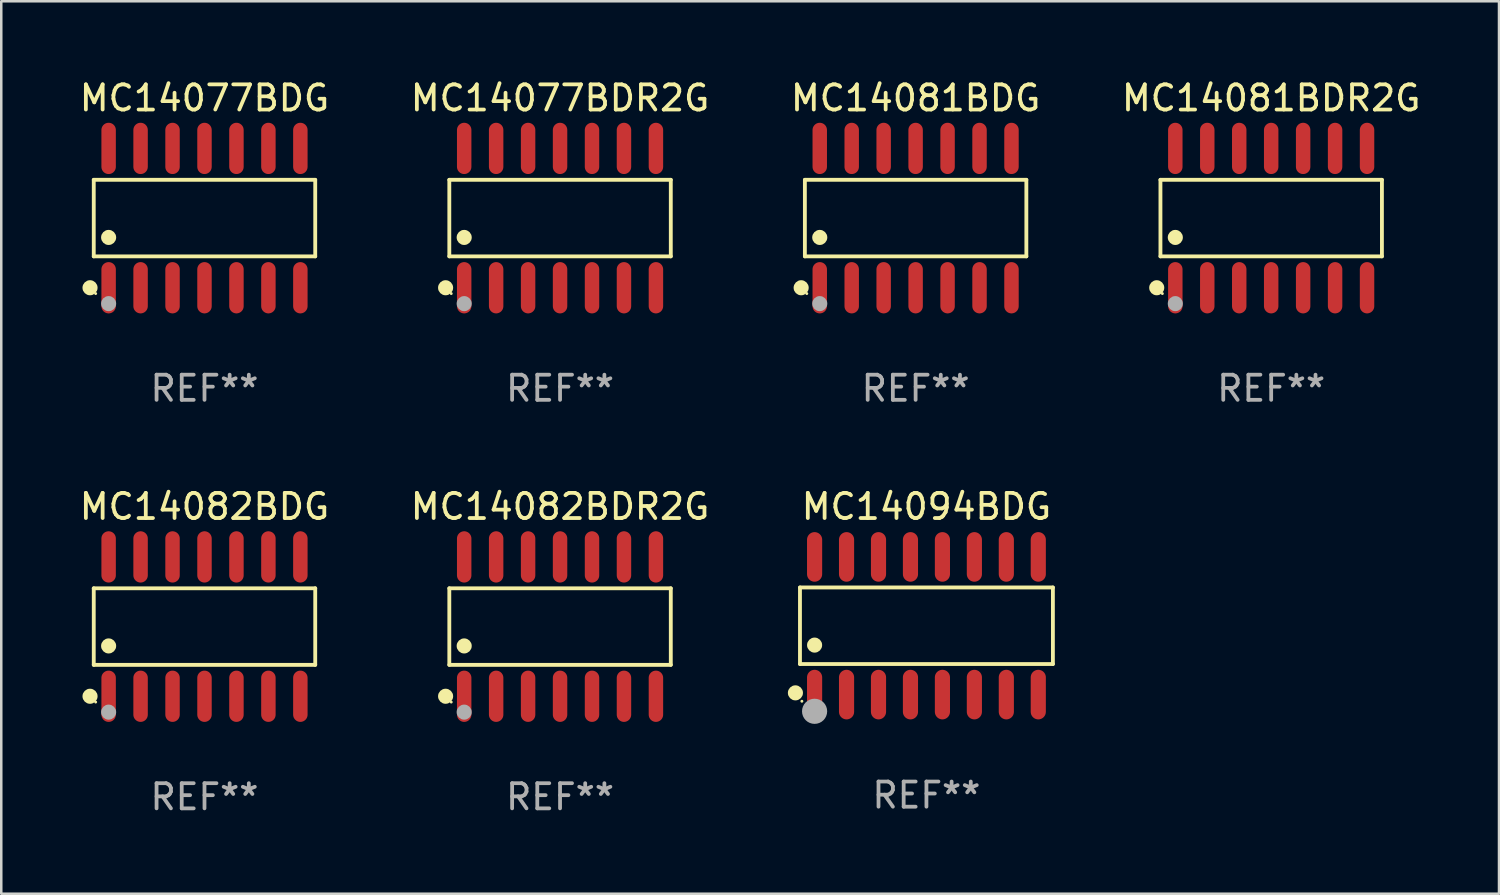
<source format=kicad_pcb>
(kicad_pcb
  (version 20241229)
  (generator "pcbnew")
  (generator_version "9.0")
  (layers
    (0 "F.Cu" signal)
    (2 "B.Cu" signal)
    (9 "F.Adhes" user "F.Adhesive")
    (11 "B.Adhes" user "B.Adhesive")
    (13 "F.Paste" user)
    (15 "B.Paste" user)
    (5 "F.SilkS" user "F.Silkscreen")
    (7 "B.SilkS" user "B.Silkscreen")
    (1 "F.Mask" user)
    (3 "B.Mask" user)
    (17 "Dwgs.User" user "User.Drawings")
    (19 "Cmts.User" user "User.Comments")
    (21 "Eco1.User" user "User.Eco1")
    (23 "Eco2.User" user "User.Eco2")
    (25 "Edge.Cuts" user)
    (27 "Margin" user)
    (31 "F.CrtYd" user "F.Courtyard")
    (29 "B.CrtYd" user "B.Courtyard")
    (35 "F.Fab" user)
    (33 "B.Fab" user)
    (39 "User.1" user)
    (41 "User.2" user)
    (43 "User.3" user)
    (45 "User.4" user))
  (footprint "MC14082BDG"
    (layer "F.Cu")
    (at 5.077 21.852)
    (property "Reference" "MC14082BDG" (at 0 -4.769 0) (layer "F.SilkS") (effects (font (size 1 1) (thickness 0.15))))
    (attr through_hole)
    (fp_line (start -4.401 -1.521) (end 4.401 -1.521) (stroke (width 0.152) (type solid)) (layer "F.SilkS"))
    (fp_line (start -4.401 1.521) (end -4.401 -1.521) (stroke (width 0.152) (type solid)) (layer "F.SilkS"))
    (fp_line (start 4.401 -1.521) (end 4.401 1.521) (stroke (width 0.152) (type solid)) (layer "F.SilkS"))
    (fp_line (start 4.401 1.521) (end -4.401 1.521) (stroke (width 0.152) (type solid)) (layer "F.SilkS"))
    (fp_circle (center -4.549 2.769) (end -4.399 2.769) (stroke (width 0.3) (type solid)) (fill no) (layer "F.SilkS"))
    (fp_circle (center -4.325 3) (end -4.295 3) (stroke (width 0.06) (type solid)) (fill no) (layer "F.SilkS"))
    (fp_circle (center -3.81 0.769) (end -3.66 0.769) (stroke (width 0.3) (type solid)) (fill no) (layer "F.SilkS"))
    (fp_circle (center -3.81 3.4) (end -3.66 3.4) (stroke (width 0.3) (type solid)) (fill no) (layer "F.Fab"))
    (fp_text user "REF**" (at 0 6.769 0) (layer "F.Fab") (effects (font (size 1 1) (thickness 0.15))))
    (pad "1" smd oval (at -3.81 2.769) (size 0.574 2.038) (layers "F.Cu" "F.Mask" "F.Paste"))
    (pad "2" smd oval (at -2.54 2.769) (size 0.574 2.038) (layers "F.Cu" "F.Mask" "F.Paste"))
    (pad "3" smd oval (at -1.27 2.769) (size 0.574 2.038) (layers "F.Cu" "F.Mask" "F.Paste"))
    (pad "4" smd oval (at 0 2.769) (size 0.574 2.038) (layers "F.Cu" "F.Mask" "F.Paste"))
    (pad "5" smd oval (at 1.27 2.769) (size 0.574 2.038) (layers "F.Cu" "F.Mask" "F.Paste"))
    (pad "6" smd oval (at 2.54 2.769) (size 0.574 2.038) (layers "F.Cu" "F.Mask" "F.Paste"))
    (pad "7" smd oval (at 3.81 2.769) (size 0.574 2.038) (layers "F.Cu" "F.Mask" "F.Paste"))
    (pad "8" smd oval (at 3.81 -2.769) (size 0.574 2.038) (layers "F.Cu" "F.Mask" "F.Paste"))
    (pad "9" smd oval (at 2.54 -2.769) (size 0.574 2.038) (layers "F.Cu" "F.Mask" "F.Paste"))
    (pad "10" smd oval (at 1.27 -2.769) (size 0.574 2.038) (layers "F.Cu" "F.Mask" "F.Paste"))
    (pad "11" smd oval (at 0 -2.769) (size 0.574 2.038) (layers "F.Cu" "F.Mask" "F.Paste"))
    (pad "12" smd oval (at -1.27 -2.769) (size 0.574 2.038) (layers "F.Cu" "F.Mask" "F.Paste"))
    (pad "13" smd oval (at -2.54 -2.769) (size 0.574 2.038) (layers "F.Cu" "F.Mask" "F.Paste"))
    (pad "14" smd oval (at -3.81 -2.769) (size 0.574 2.038) (layers "F.Cu" "F.Mask" "F.Paste")))
  (footprint "MC14081BDG"
    (layer "F.Cu")
    (at 33.339 5.617)
    (property "Reference" "MC14081BDG" (at 0 -4.769 0) (layer "F.SilkS") (effects (font (size 1 1) (thickness 0.15))))
    (attr through_hole)
    (fp_line (start -4.401 -1.521) (end 4.401 -1.521) (stroke (width 0.152) (type solid)) (layer "F.SilkS"))
    (fp_line (start -4.401 1.521) (end -4.401 -1.521) (stroke (width 0.152) (type solid)) (layer "F.SilkS"))
    (fp_line (start 4.401 -1.521) (end 4.401 1.521) (stroke (width 0.152) (type solid)) (layer "F.SilkS"))
    (fp_line (start 4.401 1.521) (end -4.401 1.521) (stroke (width 0.152) (type solid)) (layer "F.SilkS"))
    (fp_circle (center -4.549 2.769) (end -4.399 2.769) (stroke (width 0.3) (type solid)) (fill no) (layer "F.SilkS"))
    (fp_circle (center -4.325 3) (end -4.295 3) (stroke (width 0.06) (type solid)) (fill no) (layer "F.SilkS"))
    (fp_circle (center -3.81 0.769) (end -3.66 0.769) (stroke (width 0.3) (type solid)) (fill no) (layer "F.SilkS"))
    (fp_circle (center -3.81 3.4) (end -3.66 3.4) (stroke (width 0.3) (type solid)) (fill no) (layer "F.Fab"))
    (fp_text user "REF**" (at 0 6.769 0) (layer "F.Fab") (effects (font (size 1 1) (thickness 0.15))))
    (pad "1" smd oval (at -3.81 2.769) (size 0.574 2.038) (layers "F.Cu" "F.Mask" "F.Paste"))
    (pad "2" smd oval (at -2.54 2.769) (size 0.574 2.038) (layers "F.Cu" "F.Mask" "F.Paste"))
    (pad "3" smd oval (at -1.27 2.769) (size 0.574 2.038) (layers "F.Cu" "F.Mask" "F.Paste"))
    (pad "4" smd oval (at 0 2.769) (size 0.574 2.038) (layers "F.Cu" "F.Mask" "F.Paste"))
    (pad "5" smd oval (at 1.27 2.769) (size 0.574 2.038) (layers "F.Cu" "F.Mask" "F.Paste"))
    (pad "6" smd oval (at 2.54 2.769) (size 0.574 2.038) (layers "F.Cu" "F.Mask" "F.Paste"))
    (pad "7" smd oval (at 3.81 2.769) (size 0.574 2.038) (layers "F.Cu" "F.Mask" "F.Paste"))
    (pad "8" smd oval (at 3.81 -2.769) (size 0.574 2.038) (layers "F.Cu" "F.Mask" "F.Paste"))
    (pad "9" smd oval (at 2.54 -2.769) (size 0.574 2.038) (layers "F.Cu" "F.Mask" "F.Paste"))
    (pad "10" smd oval (at 1.27 -2.769) (size 0.574 2.038) (layers "F.Cu" "F.Mask" "F.Paste"))
    (pad "11" smd oval (at 0 -2.769) (size 0.574 2.038) (layers "F.Cu" "F.Mask" "F.Paste"))
    (pad "12" smd oval (at -1.27 -2.769) (size 0.574 2.038) (layers "F.Cu" "F.Mask" "F.Paste"))
    (pad "13" smd oval (at -2.54 -2.769) (size 0.574 2.038) (layers "F.Cu" "F.Mask" "F.Paste"))
    (pad "14" smd oval (at -3.81 -2.769) (size 0.574 2.038) (layers "F.Cu" "F.Mask" "F.Paste")))
  (footprint "MC14077BDR2G"
    (layer "F.Cu")
    (at 19.208 5.617)
    (property "Reference" "MC14077BDR2G" (at 0 -4.769 0) (layer "F.SilkS") (effects (font (size 1 1) (thickness 0.15))))
    (attr through_hole)
    (fp_line (start -4.401 -1.521) (end 4.401 -1.521) (stroke (width 0.152) (type solid)) (layer "F.SilkS"))
    (fp_line (start -4.401 1.521) (end -4.401 -1.521) (stroke (width 0.152) (type solid)) (layer "F.SilkS"))
    (fp_line (start 4.401 -1.521) (end 4.401 1.521) (stroke (width 0.152) (type solid)) (layer "F.SilkS"))
    (fp_line (start 4.401 1.521) (end -4.401 1.521) (stroke (width 0.152) (type solid)) (layer "F.SilkS"))
    (fp_circle (center -4.549 2.769) (end -4.399 2.769) (stroke (width 0.3) (type solid)) (fill no) (layer "F.SilkS"))
    (fp_circle (center -4.325 3) (end -4.295 3) (stroke (width 0.06) (type solid)) (fill no) (layer "F.SilkS"))
    (fp_circle (center -3.81 0.769) (end -3.66 0.769) (stroke (width 0.3) (type solid)) (fill no) (layer "F.SilkS"))
    (fp_circle (center -3.81 3.4) (end -3.66 3.4) (stroke (width 0.3) (type solid)) (fill no) (layer "F.Fab"))
    (fp_text user "REF**" (at 0 6.769 0) (layer "F.Fab") (effects (font (size 1 1) (thickness 0.15))))
    (pad "1" smd oval (at -3.81 2.769) (size 0.574 2.038) (layers "F.Cu" "F.Mask" "F.Paste"))
    (pad "2" smd oval (at -2.54 2.769) (size 0.574 2.038) (layers "F.Cu" "F.Mask" "F.Paste"))
    (pad "3" smd oval (at -1.27 2.769) (size 0.574 2.038) (layers "F.Cu" "F.Mask" "F.Paste"))
    (pad "4" smd oval (at 0 2.769) (size 0.574 2.038) (layers "F.Cu" "F.Mask" "F.Paste"))
    (pad "5" smd oval (at 1.27 2.769) (size 0.574 2.038) (layers "F.Cu" "F.Mask" "F.Paste"))
    (pad "6" smd oval (at 2.54 2.769) (size 0.574 2.038) (layers "F.Cu" "F.Mask" "F.Paste"))
    (pad "7" smd oval (at 3.81 2.769) (size 0.574 2.038) (layers "F.Cu" "F.Mask" "F.Paste"))
    (pad "8" smd oval (at 3.81 -2.769) (size 0.574 2.038) (layers "F.Cu" "F.Mask" "F.Paste"))
    (pad "9" smd oval (at 2.54 -2.769) (size 0.574 2.038) (layers "F.Cu" "F.Mask" "F.Paste"))
    (pad "10" smd oval (at 1.27 -2.769) (size 0.574 2.038) (layers "F.Cu" "F.Mask" "F.Paste"))
    (pad "11" smd oval (at 0 -2.769) (size 0.574 2.038) (layers "F.Cu" "F.Mask" "F.Paste"))
    (pad "12" smd oval (at -1.27 -2.769) (size 0.574 2.038) (layers "F.Cu" "F.Mask" "F.Paste"))
    (pad "13" smd oval (at -2.54 -2.769) (size 0.574 2.038) (layers "F.Cu" "F.Mask" "F.Paste"))
    (pad "14" smd oval (at -3.81 -2.769) (size 0.574 2.038) (layers "F.Cu" "F.Mask" "F.Paste")))
  (footprint "MC14082BDR2G"
    (layer "F.Cu")
    (at 19.208 21.852)
    (property "Reference" "MC14082BDR2G" (at 0 -4.769 0) (layer "F.SilkS") (effects (font (size 1 1) (thickness 0.15))))
    (attr through_hole)
    (fp_line (start -4.401 -1.521) (end 4.401 -1.521) (stroke (width 0.152) (type solid)) (layer "F.SilkS"))
    (fp_line (start -4.401 1.521) (end -4.401 -1.521) (stroke (width 0.152) (type solid)) (layer "F.SilkS"))
    (fp_line (start 4.401 -1.521) (end 4.401 1.521) (stroke (width 0.152) (type solid)) (layer "F.SilkS"))
    (fp_line (start 4.401 1.521) (end -4.401 1.521) (stroke (width 0.152) (type solid)) (layer "F.SilkS"))
    (fp_circle (center -4.549 2.769) (end -4.399 2.769) (stroke (width 0.3) (type solid)) (fill no) (layer "F.SilkS"))
    (fp_circle (center -4.325 3) (end -4.295 3) (stroke (width 0.06) (type solid)) (fill no) (layer "F.SilkS"))
    (fp_circle (center -3.81 0.769) (end -3.66 0.769) (stroke (width 0.3) (type solid)) (fill no) (layer "F.SilkS"))
    (fp_circle (center -3.81 3.4) (end -3.66 3.4) (stroke (width 0.3) (type solid)) (fill no) (layer "F.Fab"))
    (fp_text user "REF**" (at 0 6.769 0) (layer "F.Fab") (effects (font (size 1 1) (thickness 0.15))))
    (pad "1" smd oval (at -3.81 2.769) (size 0.574 2.038) (layers "F.Cu" "F.Mask" "F.Paste"))
    (pad "2" smd oval (at -2.54 2.769) (size 0.574 2.038) (layers "F.Cu" "F.Mask" "F.Paste"))
    (pad "3" smd oval (at -1.27 2.769) (size 0.574 2.038) (layers "F.Cu" "F.Mask" "F.Paste"))
    (pad "4" smd oval (at 0 2.769) (size 0.574 2.038) (layers "F.Cu" "F.Mask" "F.Paste"))
    (pad "5" smd oval (at 1.27 2.769) (size 0.574 2.038) (layers "F.Cu" "F.Mask" "F.Paste"))
    (pad "6" smd oval (at 2.54 2.769) (size 0.574 2.038) (layers "F.Cu" "F.Mask" "F.Paste"))
    (pad "7" smd oval (at 3.81 2.769) (size 0.574 2.038) (layers "F.Cu" "F.Mask" "F.Paste"))
    (pad "8" smd oval (at 3.81 -2.769) (size 0.574 2.038) (layers "F.Cu" "F.Mask" "F.Paste"))
    (pad "9" smd oval (at 2.54 -2.769) (size 0.574 2.038) (layers "F.Cu" "F.Mask" "F.Paste"))
    (pad "10" smd oval (at 1.27 -2.769) (size 0.574 2.038) (layers "F.Cu" "F.Mask" "F.Paste"))
    (pad "11" smd oval (at 0 -2.769) (size 0.574 2.038) (layers "F.Cu" "F.Mask" "F.Paste"))
    (pad "12" smd oval (at -1.27 -2.769) (size 0.574 2.038) (layers "F.Cu" "F.Mask" "F.Paste"))
    (pad "13" smd oval (at -2.54 -2.769) (size 0.574 2.038) (layers "F.Cu" "F.Mask" "F.Paste"))
    (pad "14" smd oval (at -3.81 -2.769) (size 0.574 2.038) (layers "F.Cu" "F.Mask" "F.Paste")))
  (footprint "MC14081BDR2G"
    (layer "F.Cu")
    (at 47.47 5.617)
    (property "Reference" "MC14081BDR2G" (at 0 -4.769 0) (layer "F.SilkS") (effects (font (size 1 1) (thickness 0.15))))
    (attr through_hole)
    (fp_line (start -4.401 -1.521) (end 4.401 -1.521) (stroke (width 0.152) (type solid)) (layer "F.SilkS"))
    (fp_line (start -4.401 1.521) (end -4.401 -1.521) (stroke (width 0.152) (type solid)) (layer "F.SilkS"))
    (fp_line (start 4.401 -1.521) (end 4.401 1.521) (stroke (width 0.152) (type solid)) (layer "F.SilkS"))
    (fp_line (start 4.401 1.521) (end -4.401 1.521) (stroke (width 0.152) (type solid)) (layer "F.SilkS"))
    (fp_circle (center -4.549 2.769) (end -4.399 2.769) (stroke (width 0.3) (type solid)) (fill no) (layer "F.SilkS"))
    (fp_circle (center -4.325 3) (end -4.295 3) (stroke (width 0.06) (type solid)) (fill no) (layer "F.SilkS"))
    (fp_circle (center -3.81 0.769) (end -3.66 0.769) (stroke (width 0.3) (type solid)) (fill no) (layer "F.SilkS"))
    (fp_circle (center -3.81 3.4) (end -3.66 3.4) (stroke (width 0.3) (type solid)) (fill no) (layer "F.Fab"))
    (fp_text user "REF**" (at 0 6.769 0) (layer "F.Fab") (effects (font (size 1 1) (thickness 0.15))))
    (pad "1" smd oval (at -3.81 2.769) (size 0.574 2.038) (layers "F.Cu" "F.Mask" "F.Paste"))
    (pad "2" smd oval (at -2.54 2.769) (size 0.574 2.038) (layers "F.Cu" "F.Mask" "F.Paste"))
    (pad "3" smd oval (at -1.27 2.769) (size 0.574 2.038) (layers "F.Cu" "F.Mask" "F.Paste"))
    (pad "4" smd oval (at 0 2.769) (size 0.574 2.038) (layers "F.Cu" "F.Mask" "F.Paste"))
    (pad "5" smd oval (at 1.27 2.769) (size 0.574 2.038) (layers "F.Cu" "F.Mask" "F.Paste"))
    (pad "6" smd oval (at 2.54 2.769) (size 0.574 2.038) (layers "F.Cu" "F.Mask" "F.Paste"))
    (pad "7" smd oval (at 3.81 2.769) (size 0.574 2.038) (layers "F.Cu" "F.Mask" "F.Paste"))
    (pad "8" smd oval (at 3.81 -2.769) (size 0.574 2.038) (layers "F.Cu" "F.Mask" "F.Paste"))
    (pad "9" smd oval (at 2.54 -2.769) (size 0.574 2.038) (layers "F.Cu" "F.Mask" "F.Paste"))
    (pad "10" smd oval (at 1.27 -2.769) (size 0.574 2.038) (layers "F.Cu" "F.Mask" "F.Paste"))
    (pad "11" smd oval (at 0 -2.769) (size 0.574 2.038) (layers "F.Cu" "F.Mask" "F.Paste"))
    (pad "12" smd oval (at -1.27 -2.769) (size 0.574 2.038) (layers "F.Cu" "F.Mask" "F.Paste"))
    (pad "13" smd oval (at -2.54 -2.769) (size 0.574 2.038) (layers "F.Cu" "F.Mask" "F.Paste"))
    (pad "14" smd oval (at -3.81 -2.769) (size 0.574 2.038) (layers "F.Cu" "F.Mask" "F.Paste")))
  (footprint "MC14094BDG"
    (layer "F.Cu")
    (at 33.769 21.819)
    (property "Reference" "MC14094BDG" (at 0 -4.736 0) (layer "F.SilkS") (effects (font (size 1 1) (thickness 0.15))))
    (attr through_hole)
    (fp_line (start -5.026 -1.521) (end 5.026 -1.521) (stroke (width 0.152) (type solid)) (layer "F.SilkS"))
    (fp_line (start -5.026 1.521) (end -5.026 -1.521) (stroke (width 0.152) (type solid)) (layer "F.SilkS"))
    (fp_line (start 5.026 -1.521) (end 5.026 1.521) (stroke (width 0.152) (type solid)) (layer "F.SilkS"))
    (fp_line (start 5.026 1.521) (end -5.026 1.521) (stroke (width 0.152) (type solid)) (layer "F.SilkS"))
    (fp_circle (center -5.207 2.667) (end -5.057 2.667) (stroke (width 0.3) (type solid)) (fill no) (layer "F.SilkS"))
    (fp_circle (center -4.95 3) (end -4.92 3) (stroke (width 0.06) (type solid)) (fill no) (layer "F.SilkS"))
    (fp_circle (center -4.445 0.769) (end -4.295 0.769) (stroke (width 0.3) (type solid)) (fill no) (layer "F.SilkS"))
    (fp_circle (center -4.445 3.4) (end -4.195 3.4) (stroke (width 0.5) (type solid)) (fill no) (layer "F.Fab"))
    (fp_text user "REF**" (at 0 6.736 0) (layer "F.Fab") (effects (font (size 1 1) (thickness 0.15))))
    (pad "1" smd oval (at -4.445 2.736) (size 0.602 1.971) (layers "F.Cu" "F.Mask" "F.Paste"))
    (pad "2" smd oval (at -3.175 2.736) (size 0.602 1.971) (layers "F.Cu" "F.Mask" "F.Paste"))
    (pad "3" smd oval (at -1.905 2.736) (size 0.602 1.971) (layers "F.Cu" "F.Mask" "F.Paste"))
    (pad "4" smd oval (at -0.635 2.736) (size 0.602 1.971) (layers "F.Cu" "F.Mask" "F.Paste"))
    (pad "5" smd oval (at 0.635 2.736) (size 0.602 1.971) (layers "F.Cu" "F.Mask" "F.Paste"))
    (pad "6" smd oval (at 1.905 2.736) (size 0.602 1.971) (layers "F.Cu" "F.Mask" "F.Paste"))
    (pad "7" smd oval (at 3.175 2.736) (size 0.602 1.971) (layers "F.Cu" "F.Mask" "F.Paste"))
    (pad "8" smd oval (at 4.445 2.736) (size 0.602 1.971) (layers "F.Cu" "F.Mask" "F.Paste"))
    (pad "9" smd oval (at 4.445 -2.736) (size 0.602 1.971) (layers "F.Cu" "F.Mask" "F.Paste"))
    (pad "10" smd oval (at 3.175 -2.736) (size 0.602 1.971) (layers "F.Cu" "F.Mask" "F.Paste"))
    (pad "11" smd oval (at 1.905 -2.736) (size 0.602 1.971) (layers "F.Cu" "F.Mask" "F.Paste"))
    (pad "12" smd oval (at 0.635 -2.736) (size 0.602 1.971) (layers "F.Cu" "F.Mask" "F.Paste"))
    (pad "13" smd oval (at -0.635 -2.736) (size 0.602 1.971) (layers "F.Cu" "F.Mask" "F.Paste"))
    (pad "14" smd oval (at -1.905 -2.736) (size 0.602 1.971) (layers "F.Cu" "F.Mask" "F.Paste"))
    (pad "15" smd oval (at -3.175 -2.736) (size 0.602 1.971) (layers "F.Cu" "F.Mask" "F.Paste"))
    (pad "16" smd oval (at -4.445 -2.736) (size 0.602 1.971) (layers "F.Cu" "F.Mask" "F.Paste")))
  (footprint "MC14077BDG"
    (layer "F.Cu")
    (at 5.077 5.617)
    (property "Reference" "MC14077BDG" (at 0 -4.769 0) (layer "F.SilkS") (effects (font (size 1 1) (thickness 0.15))))
    (attr through_hole)
    (fp_line (start -4.401 -1.521) (end 4.401 -1.521) (stroke (width 0.152) (type solid)) (layer "F.SilkS"))
    (fp_line (start -4.401 1.521) (end -4.401 -1.521) (stroke (width 0.152) (type solid)) (layer "F.SilkS"))
    (fp_line (start 4.401 -1.521) (end 4.401 1.521) (stroke (width 0.152) (type solid)) (layer "F.SilkS"))
    (fp_line (start 4.401 1.521) (end -4.401 1.521) (stroke (width 0.152) (type solid)) (layer "F.SilkS"))
    (fp_circle (center -4.549 2.769) (end -4.399 2.769) (stroke (width 0.3) (type solid)) (fill no) (layer "F.SilkS"))
    (fp_circle (center -4.325 3) (end -4.295 3) (stroke (width 0.06) (type solid)) (fill no) (layer "F.SilkS"))
    (fp_circle (center -3.81 0.769) (end -3.66 0.769) (stroke (width 0.3) (type solid)) (fill no) (layer "F.SilkS"))
    (fp_circle (center -3.81 3.4) (end -3.66 3.4) (stroke (width 0.3) (type solid)) (fill no) (layer "F.Fab"))
    (fp_text user "REF**" (at 0 6.769 0) (layer "F.Fab") (effects (font (size 1 1) (thickness 0.15))))
    (pad "1" smd oval (at -3.81 2.769) (size 0.574 2.038) (layers "F.Cu" "F.Mask" "F.Paste"))
    (pad "2" smd oval (at -2.54 2.769) (size 0.574 2.038) (layers "F.Cu" "F.Mask" "F.Paste"))
    (pad "3" smd oval (at -1.27 2.769) (size 0.574 2.038) (layers "F.Cu" "F.Mask" "F.Paste"))
    (pad "4" smd oval (at 0 2.769) (size 0.574 2.038) (layers "F.Cu" "F.Mask" "F.Paste"))
    (pad "5" smd oval (at 1.27 2.769) (size 0.574 2.038) (layers "F.Cu" "F.Mask" "F.Paste"))
    (pad "6" smd oval (at 2.54 2.769) (size 0.574 2.038) (layers "F.Cu" "F.Mask" "F.Paste"))
    (pad "7" smd oval (at 3.81 2.769) (size 0.574 2.038) (layers "F.Cu" "F.Mask" "F.Paste"))
    (pad "8" smd oval (at 3.81 -2.769) (size 0.574 2.038) (layers "F.Cu" "F.Mask" "F.Paste"))
    (pad "9" smd oval (at 2.54 -2.769) (size 0.574 2.038) (layers "F.Cu" "F.Mask" "F.Paste"))
    (pad "10" smd oval (at 1.27 -2.769) (size 0.574 2.038) (layers "F.Cu" "F.Mask" "F.Paste"))
    (pad "11" smd oval (at 0 -2.769) (size 0.574 2.038) (layers "F.Cu" "F.Mask" "F.Paste"))
    (pad "12" smd oval (at -1.27 -2.769) (size 0.574 2.038) (layers "F.Cu" "F.Mask" "F.Paste"))
    (pad "13" smd oval (at -2.54 -2.769) (size 0.574 2.038) (layers "F.Cu" "F.Mask" "F.Paste"))
    (pad "14" smd oval (at -3.81 -2.769) (size 0.574 2.038) (layers "F.Cu" "F.Mask" "F.Paste")))
  (gr_rect
    (start -3 -3)
    (end 56.524 32.469)
    (stroke (width 0.1) (type default))
    (fill no)
    (layer "Edge.Cuts")))
</source>
